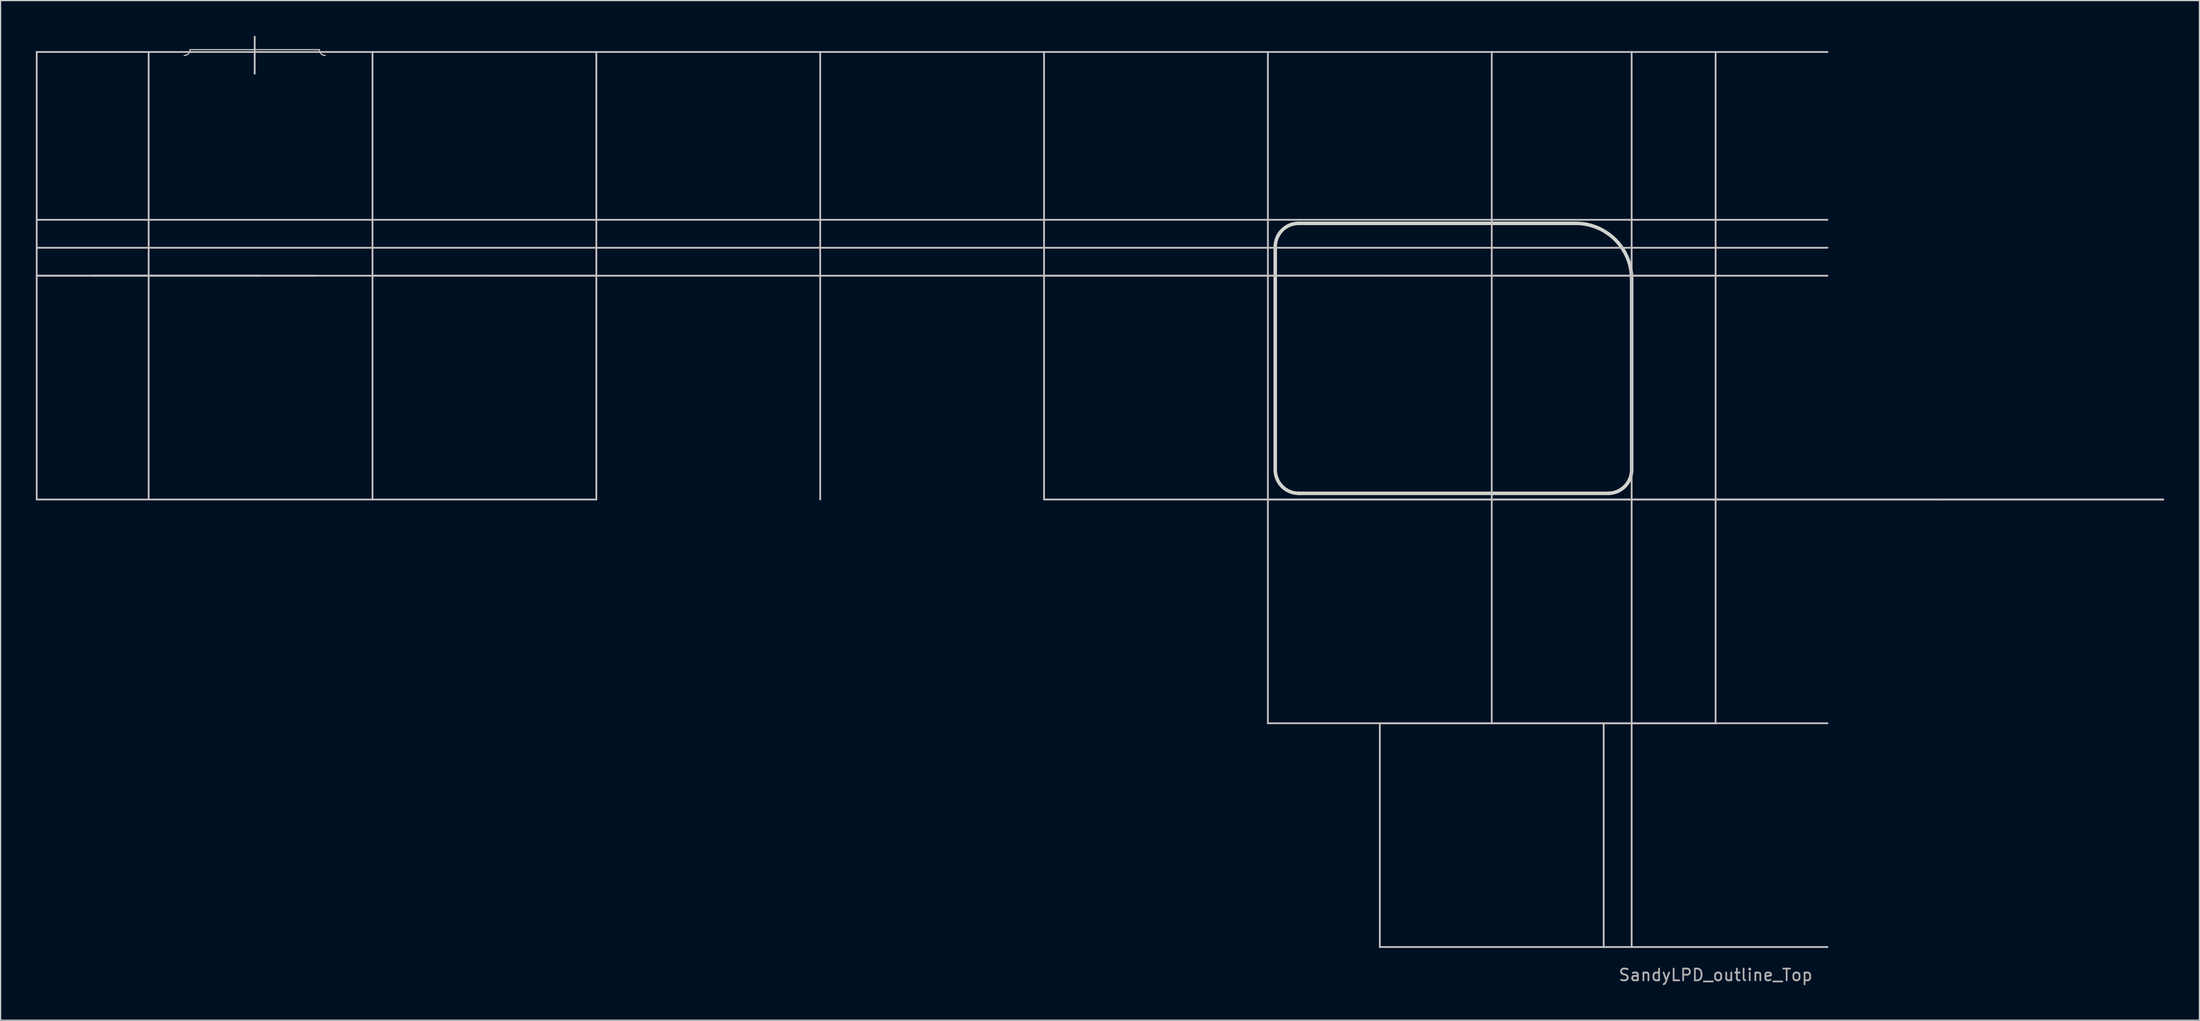
<source format=kicad_pcb>
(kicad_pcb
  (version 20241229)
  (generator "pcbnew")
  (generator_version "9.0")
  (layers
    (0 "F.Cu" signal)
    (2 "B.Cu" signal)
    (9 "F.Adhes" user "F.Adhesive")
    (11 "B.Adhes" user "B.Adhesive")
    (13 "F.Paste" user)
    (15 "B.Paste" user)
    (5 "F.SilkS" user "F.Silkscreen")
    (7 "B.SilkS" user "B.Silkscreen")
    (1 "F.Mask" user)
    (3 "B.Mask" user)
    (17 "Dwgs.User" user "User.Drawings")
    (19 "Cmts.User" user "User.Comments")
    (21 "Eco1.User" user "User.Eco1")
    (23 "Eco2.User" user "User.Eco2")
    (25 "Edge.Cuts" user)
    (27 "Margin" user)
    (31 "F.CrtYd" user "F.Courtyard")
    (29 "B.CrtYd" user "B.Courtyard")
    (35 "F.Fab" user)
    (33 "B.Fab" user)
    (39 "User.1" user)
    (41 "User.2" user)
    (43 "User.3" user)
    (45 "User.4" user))
  (footprint "SandyLPD_outline_Top"
    (layer "F.Cu")
    (at 142.95 39.475)
    (property "Reference" "SandyLPD_outline_Top" (at 0 40.481 0) (layer "F.Fab") (effects (font (size 1 1) (thickness 0.15))))
    (attr through_hole)
    (fp_line (start -142.875 -38.1) (end -123.825 -38.1) (stroke (width 0.15) (type solid)) (layer "Dwgs.User"))
    (fp_line (start -142.875 -19.05) (end -142.875 -38.1) (stroke (width 0.15) (type solid)) (layer "Dwgs.User"))
    (fp_line (start -142.875 -19.05) (end -142.875 0) (stroke (width 0.15) (type solid)) (layer "Dwgs.User"))
    (fp_line (start -142.875 0) (end -114.3 0) (stroke (width 0.15) (type solid)) (layer "Dwgs.User"))
    (fp_line (start -138.113 -19.05) (end -119.062 -19.05) (stroke (width 0.15) (type solid)) (layer "Dwgs.User"))
    (fp_line (start -133.35 -19.05) (end -133.35 -38.1) (stroke (width 0.15) (type solid)) (layer "Dwgs.User"))
    (fp_line (start -133.35 -19.05) (end -133.35 0) (stroke (width 0.15) (type solid)) (layer "Dwgs.User"))
    (fp_line (start -129.825 -38.3) (end -118.825 -38.3) (stroke (width 0.1) (type solid)) (layer "Dwgs.User"))
    (fp_line (start -124.325 -39.4) (end -124.325 -36.25) (stroke (width 0.15) (type solid)) (layer "Dwgs.User"))
    (fp_line (start -123.825 -38.1) (end -104.775 -38.1) (stroke (width 0.15) (type solid)) (layer "Dwgs.User"))
    (fp_line (start -123.825 -19.05) (end -142.875 -19.05) (stroke (width 0.15) (type solid)) (layer "Dwgs.User"))
    (fp_line (start -123.825 -19.05) (end -142.875 -19.05) (stroke (width 0.15) (type solid)) (layer "Dwgs.User"))
    (fp_line (start -114.3 -38.1) (end -114.3 -19.05) (stroke (width 0.15) (type solid)) (layer "Dwgs.User"))
    (fp_line (start -114.3 -19.05) (end -95.25 -19.05) (stroke (width 0.15) (type solid)) (layer "Dwgs.User"))
    (fp_line (start -114.3 0) (end -114.3 -19.05) (stroke (width 0.15) (type solid)) (layer "Dwgs.User"))
    (fp_line (start -104.775 -38.1) (end -85.725 -38.1) (stroke (width 0.15) (type solid)) (layer "Dwgs.User"))
    (fp_line (start -104.775 -19.05) (end -123.825 -19.05) (stroke (width 0.15) (type solid)) (layer "Dwgs.User"))
    (fp_line (start -95.25 -19.05) (end -95.25 -38.1) (stroke (width 0.15) (type solid)) (layer "Dwgs.User"))
    (fp_line (start -95.25 -19.05) (end -95.25 0) (stroke (width 0.15) (type solid)) (layer "Dwgs.User"))
    (fp_line (start -95.25 0) (end -114.3 0) (stroke (width 0.15) (type solid)) (layer "Dwgs.User"))
    (fp_line (start -85.725 -38.1) (end -66.675 -38.1) (stroke (width 0.15) (type solid)) (layer "Dwgs.User"))
    (fp_line (start -85.725 -19.05) (end -104.775 -19.05) (stroke (width 0.15) (type solid)) (layer "Dwgs.User"))
    (fp_line (start -76.2 -38.1) (end -76.2 -19.05) (stroke (width 0.15) (type solid)) (layer "Dwgs.User"))
    (fp_line (start -76.2 -19.05) (end -76.2 0) (stroke (width 0.15) (type solid)) (layer "Dwgs.User"))
    (fp_line (start -66.675 -38.1) (end -47.625 -38.1) (stroke (width 0.15) (type solid)) (layer "Dwgs.User"))
    (fp_line (start -66.675 -19.05) (end -85.725 -19.05) (stroke (width 0.15) (type solid)) (layer "Dwgs.User"))
    (fp_line (start -57.15 -38.1) (end -57.15 -19.05) (stroke (width 0.15) (type solid)) (layer "Dwgs.User"))
    (fp_line (start -57.15 -19.05) (end -38.1 -19.05) (stroke (width 0.15) (type solid)) (layer "Dwgs.User"))
    (fp_line (start -57.15 0) (end -57.15 -19.05) (stroke (width 0.15) (type solid)) (layer "Dwgs.User"))
    (fp_line (start -47.625 -38.1) (end -28.575 -38.1) (stroke (width 0.15) (type solid)) (layer "Dwgs.User"))
    (fp_line (start -47.625 -19.05) (end -66.675 -19.05) (stroke (width 0.15) (type solid)) (layer "Dwgs.User"))
    (fp_line (start -38.1 -19.05) (end -38.1 -38.1) (stroke (width 0.15) (type solid)) (layer "Dwgs.User"))
    (fp_line (start -38.1 -19.05) (end -19.05 -19.05) (stroke (width 0.15) (type solid)) (layer "Dwgs.User"))
    (fp_line (start -38.1 0) (end -57.15 0) (stroke (width 0.15) (type solid)) (layer "Dwgs.User"))
    (fp_line (start -38.1 0) (end -38.1 -19.05) (stroke (width 0.15) (type solid)) (layer "Dwgs.User"))
    (fp_line (start -38.1 0) (end -19.05 0) (stroke (width 0.15) (type solid)) (layer "Dwgs.User"))
    (fp_line (start -38.1 19.05) (end -38.1 0) (stroke (width 0.15) (type solid)) (layer "Dwgs.User"))
    (fp_line (start -28.575 -38.1) (end -9.525 -38.1) (stroke (width 0.15) (type solid)) (layer "Dwgs.User"))
    (fp_line (start -28.575 -19.05) (end -47.625 -19.05) (stroke (width 0.15) (type solid)) (layer "Dwgs.User"))
    (fp_line (start -28.575 19.05) (end -9.525 19.05) (stroke (width 0.15) (type solid)) (layer "Dwgs.User"))
    (fp_line (start -28.575 38.1) (end -28.575 19.05) (stroke (width 0.15) (type solid)) (layer "Dwgs.User"))
    (fp_line (start -19.05 -19.05) (end -19.05 -38.1) (stroke (width 0.15) (type solid)) (layer "Dwgs.User"))
    (fp_line (start -19.05 -19.05) (end -19.05 0) (stroke (width 0.15) (type solid)) (layer "Dwgs.User"))
    (fp_line (start -19.05 -19.05) (end 0 -19.05) (stroke (width 0.15) (type solid)) (layer "Dwgs.User"))
    (fp_line (start -19.05 0) (end -38.1 0) (stroke (width 0.15) (type solid)) (layer "Dwgs.User"))
    (fp_line (start -19.05 0) (end 0 0) (stroke (width 0.15) (type solid)) (layer "Dwgs.User"))
    (fp_line (start -19.05 19.05) (end -38.1 19.05) (stroke (width 0.15) (type solid)) (layer "Dwgs.User"))
    (fp_line (start -19.05 19.05) (end -19.05 0) (stroke (width 0.15) (type solid)) (layer "Dwgs.User"))
    (fp_line (start -9.525 -38.1) (end 9.525 -38.1) (stroke (width 0.15) (type solid)) (layer "Dwgs.User"))
    (fp_line (start -9.525 -19.05) (end -28.575 -19.05) (stroke (width 0.15) (type solid)) (layer "Dwgs.User"))
    (fp_line (start -9.525 19.05) (end 9.525 19.05) (stroke (width 0.15) (type solid)) (layer "Dwgs.User"))
    (fp_line (start -9.525 38.1) (end -28.575 38.1) (stroke (width 0.15) (type solid)) (layer "Dwgs.User"))
    (fp_line (start -9.525 38.1) (end -9.525 19.05) (stroke (width 0.15) (type solid)) (layer "Dwgs.User"))
    (fp_line (start -7.144 38.1) (end -7.144 -38.1) (stroke (width 0.15) (type solid)) (layer "Dwgs.User"))
    (fp_line (start 0 -19.05) (end 0 -38.1) (stroke (width 0.15) (type solid)) (layer "Dwgs.User"))
    (fp_line (start 0 -19.05) (end 0 0) (stroke (width 0.15) (type solid)) (layer "Dwgs.User"))
    (fp_line (start 0 0) (end -19.05 0) (stroke (width 0.15) (type solid)) (layer "Dwgs.User"))
    (fp_line (start 0 0) (end 19.05 0) (stroke (width 0.15) (type solid)) (layer "Dwgs.User"))
    (fp_line (start 0 19.05) (end -19.05 19.05) (stroke (width 0.15) (type solid)) (layer "Dwgs.User"))
    (fp_line (start 0 19.05) (end 0 0) (stroke (width 0.15) (type solid)) (layer "Dwgs.User"))
    (fp_line (start 9.525 -21.431) (end -142.875 -21.431) (stroke (width 0.15) (type solid)) (layer "Dwgs.User"))
    (fp_line (start 9.525 -19.05) (end -9.525 -19.05) (stroke (width 0.15) (type solid)) (layer "Dwgs.User"))
    (fp_line (start 9.525 38.1) (end -9.525 38.1) (stroke (width 0.15) (type solid)) (layer "Dwgs.User"))
    (fp_line (start 9.525 -23.813) (end -142.875 -23.813) (stroke (width 0.15) (type solid)) (layer "Dwgs.User"))
    (fp_line (start 19.05 0) (end 0 0) (stroke (width 0.15) (type solid)) (layer "Dwgs.User"))
    (fp_line (start 19.05 0) (end 38.1 0) (stroke (width 0.15) (type solid)) (layer "Dwgs.User"))
    (fp_line (start 38.1 0) (end 19.05 0) (stroke (width 0.15) (type solid)) (layer "Dwgs.User"))
    (fp_arc (start -129.825 -38.30004) (mid -129.971447 -37.946487) (end -130.325 -37.80004) (stroke (width 0.1) (type solid)) (layer "Dwgs.User"))
    (fp_arc (start -118.325 -37.80004) (mid -118.678553 -37.946487) (end -118.825 -38.30004) (stroke (width 0.1) (type solid)) (layer "Dwgs.User"))
    (fp_line (start -37.475 -2.525) (end -37.475 -21.513) (stroke (width 0.3) (type solid)) (layer "Edge.Cuts"))
    (fp_line (start -35.475 -0.525) (end -9.144 -0.525) (stroke (width 0.3) (type solid)) (layer "Edge.Cuts"))
    (fp_line (start -11.906 -23.513) (end -35.475 -23.513) (stroke (width 0.3) (type solid)) (layer "Edge.Cuts"))
    (fp_line (start -7.144 -2.525) (end -7.144 -18.75) (stroke (width 0.3) (type solid)) (layer "Edge.Cuts"))
    (fp_arc (start -37.475 -21.51258) (mid -36.889214 -22.926794) (end -35.475 -23.51258) (stroke (width 0.3) (type solid)) (layer "Edge.Cuts"))
    (fp_arc (start -35.475 -0.52504) (mid -36.889214 -1.110826) (end -37.475 -2.52504) (stroke (width 0.3) (type solid)) (layer "Edge.Cuts"))
    (fp_arc (start -11.90625 -23.51258) (mid -8.538656 -22.117674) (end -7.14375 -18.75008) (stroke (width 0.3) (type default)) (layer "Edge.Cuts"))
    (fp_arc (start -7.14375 -2.52504) (mid -7.729553 -1.110843) (end -9.14375 -0.52504) (stroke (width 0.3) (type solid)) (layer "Edge.Cuts")))
  (gr_rect
    (start -3 -3)
    (end 184.125 83.805)
    (stroke (width 0.1) (type default))
    (fill no)
    (layer "Edge.Cuts")))
</source>
